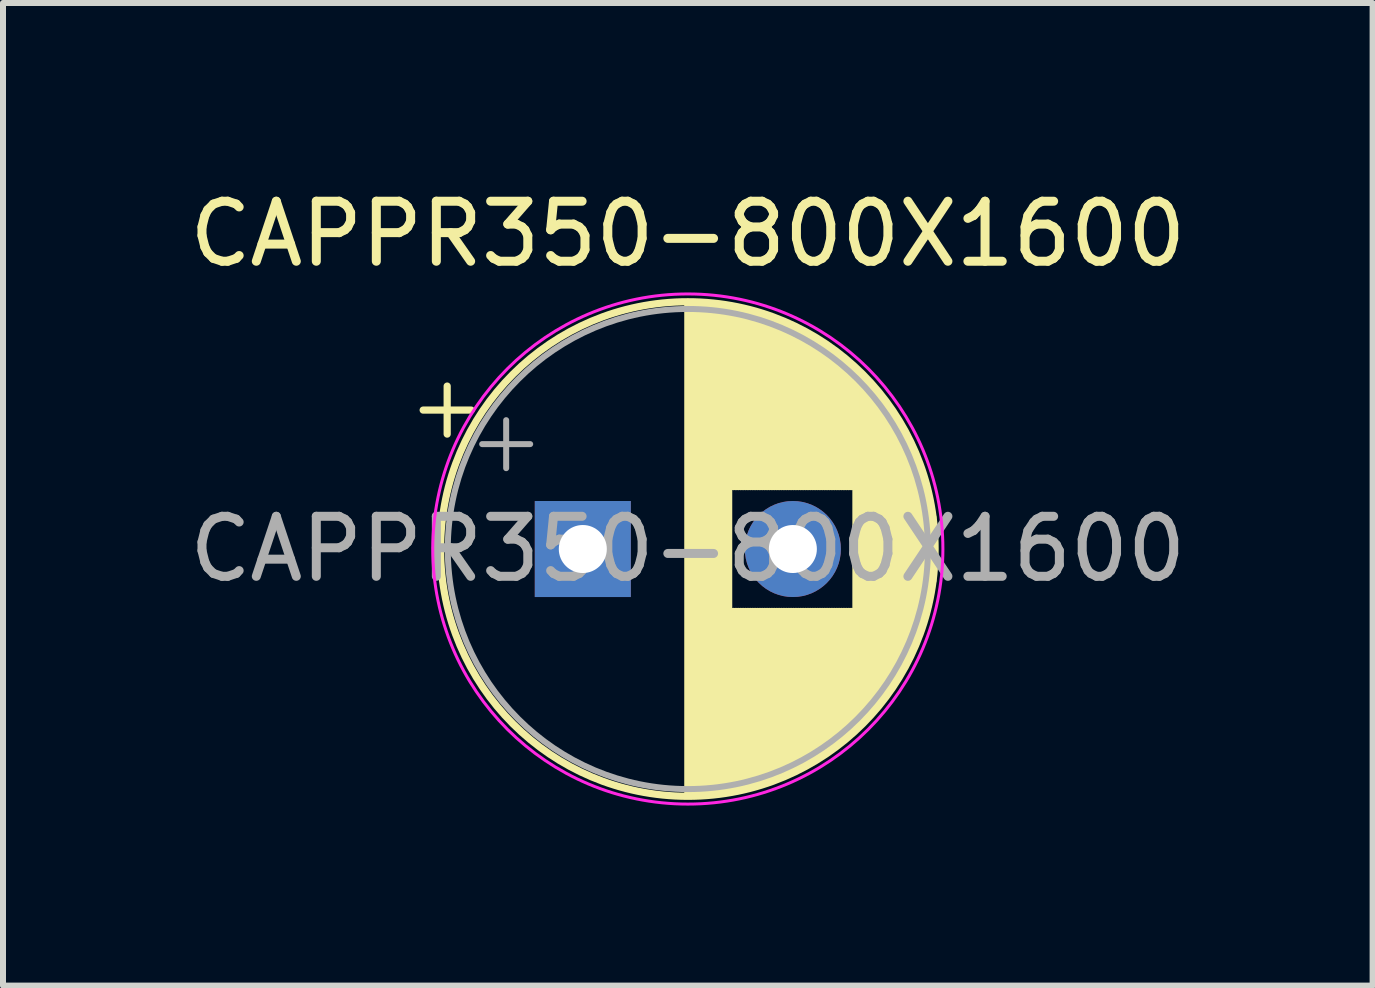
<source format=kicad_pcb>
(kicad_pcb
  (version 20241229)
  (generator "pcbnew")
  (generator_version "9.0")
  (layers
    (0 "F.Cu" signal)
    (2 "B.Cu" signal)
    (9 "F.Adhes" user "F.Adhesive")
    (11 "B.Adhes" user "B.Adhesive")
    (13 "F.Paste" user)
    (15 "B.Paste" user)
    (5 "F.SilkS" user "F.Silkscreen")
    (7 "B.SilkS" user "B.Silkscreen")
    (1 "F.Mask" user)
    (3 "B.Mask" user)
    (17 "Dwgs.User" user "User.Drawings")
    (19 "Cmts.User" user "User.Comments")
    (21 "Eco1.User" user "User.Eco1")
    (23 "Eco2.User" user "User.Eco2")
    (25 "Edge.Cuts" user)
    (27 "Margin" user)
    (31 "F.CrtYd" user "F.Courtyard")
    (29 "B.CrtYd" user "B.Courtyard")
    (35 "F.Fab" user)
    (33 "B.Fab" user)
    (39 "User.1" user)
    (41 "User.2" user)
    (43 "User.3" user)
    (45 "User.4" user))
  (footprint "CAPPR350-800X1600"
    (layer "F.Cu")
    (at 6.661 6.098)
    (property "Reference" "CAPPR350-800X1600" (at 1.75 -5.25 0) (layer "F.SilkS") (effects (font (size 1 1) (thickness 0.15))))
    (attr through_hole)
    (fp_line (start -2.66 -2.315) (end -1.86 -2.315) (stroke (width 0.12) (type solid)) (layer "F.SilkS"))
    (fp_line (start -2.26 -2.715) (end -2.26 -1.915) (stroke (width 0.12) (type solid)) (layer "F.SilkS"))
    (fp_line (start 1.75 -4.08) (end 1.75 4.08) (stroke (width 0.12) (type solid)) (layer "F.SilkS"))
    (fp_line (start 1.79 -4.08) (end 1.79 4.08) (stroke (width 0.12) (type solid)) (layer "F.SilkS"))
    (fp_line (start 1.83 -4.08) (end 1.83 4.08) (stroke (width 0.12) (type solid)) (layer "F.SilkS"))
    (fp_line (start 1.87 -4.079) (end 1.87 4.079) (stroke (width 0.12) (type solid)) (layer "F.SilkS"))
    (fp_line (start 1.91 -4.077) (end 1.91 4.077) (stroke (width 0.12) (type solid)) (layer "F.SilkS"))
    (fp_line (start 1.95 -4.076) (end 1.95 4.076) (stroke (width 0.12) (type solid)) (layer "F.SilkS"))
    (fp_line (start 1.99 -4.074) (end 1.99 4.074) (stroke (width 0.12) (type solid)) (layer "F.SilkS"))
    (fp_line (start 2.03 -4.071) (end 2.03 4.071) (stroke (width 0.12) (type solid)) (layer "F.SilkS"))
    (fp_line (start 2.07 -4.068) (end 2.07 4.068) (stroke (width 0.12) (type solid)) (layer "F.SilkS"))
    (fp_line (start 2.11 -4.065) (end 2.11 4.065) (stroke (width 0.12) (type solid)) (layer "F.SilkS"))
    (fp_line (start 2.15 -4.061) (end 2.15 4.061) (stroke (width 0.12) (type solid)) (layer "F.SilkS"))
    (fp_line (start 2.19 -4.057) (end 2.19 4.057) (stroke (width 0.12) (type solid)) (layer "F.SilkS"))
    (fp_line (start 2.23 -4.052) (end 2.23 4.052) (stroke (width 0.12) (type solid)) (layer "F.SilkS"))
    (fp_line (start 2.27 -4.048) (end 2.27 4.048) (stroke (width 0.12) (type solid)) (layer "F.SilkS"))
    (fp_line (start 2.31 -4.042) (end 2.31 4.042) (stroke (width 0.12) (type solid)) (layer "F.SilkS"))
    (fp_line (start 2.35 -4.037) (end 2.35 4.037) (stroke (width 0.12) (type solid)) (layer "F.SilkS"))
    (fp_line (start 2.39 -4.03) (end 2.39 4.03) (stroke (width 0.12) (type solid)) (layer "F.SilkS"))
    (fp_line (start 2.43 -4.024) (end 2.43 4.024) (stroke (width 0.12) (type solid)) (layer "F.SilkS"))
    (fp_line (start 2.471 -4.017) (end 2.471 -1.04) (stroke (width 0.12) (type solid)) (layer "F.SilkS"))
    (fp_line (start 2.471 1.04) (end 2.471 4.017) (stroke (width 0.12) (type solid)) (layer "F.SilkS"))
    (fp_line (start 2.511 -4.01) (end 2.511 -1.04) (stroke (width 0.12) (type solid)) (layer "F.SilkS"))
    (fp_line (start 2.511 1.04) (end 2.511 4.01) (stroke (width 0.12) (type solid)) (layer "F.SilkS"))
    (fp_line (start 2.551 -4.002) (end 2.551 -1.04) (stroke (width 0.12) (type solid)) (layer "F.SilkS"))
    (fp_line (start 2.551 1.04) (end 2.551 4.002) (stroke (width 0.12) (type solid)) (layer "F.SilkS"))
    (fp_line (start 2.591 -3.994) (end 2.591 -1.04) (stroke (width 0.12) (type solid)) (layer "F.SilkS"))
    (fp_line (start 2.591 1.04) (end 2.591 3.994) (stroke (width 0.12) (type solid)) (layer "F.SilkS"))
    (fp_line (start 2.631 -3.985) (end 2.631 -1.04) (stroke (width 0.12) (type solid)) (layer "F.SilkS"))
    (fp_line (start 2.631 1.04) (end 2.631 3.985) (stroke (width 0.12) (type solid)) (layer "F.SilkS"))
    (fp_line (start 2.671 -3.976) (end 2.671 -1.04) (stroke (width 0.12) (type solid)) (layer "F.SilkS"))
    (fp_line (start 2.671 1.04) (end 2.671 3.976) (stroke (width 0.12) (type solid)) (layer "F.SilkS"))
    (fp_line (start 2.711 -3.967) (end 2.711 -1.04) (stroke (width 0.12) (type solid)) (layer "F.SilkS"))
    (fp_line (start 2.711 1.04) (end 2.711 3.967) (stroke (width 0.12) (type solid)) (layer "F.SilkS"))
    (fp_line (start 2.751 -3.957) (end 2.751 -1.04) (stroke (width 0.12) (type solid)) (layer "F.SilkS"))
    (fp_line (start 2.751 1.04) (end 2.751 3.957) (stroke (width 0.12) (type solid)) (layer "F.SilkS"))
    (fp_line (start 2.791 -3.947) (end 2.791 -1.04) (stroke (width 0.12) (type solid)) (layer "F.SilkS"))
    (fp_line (start 2.791 1.04) (end 2.791 3.947) (stroke (width 0.12) (type solid)) (layer "F.SilkS"))
    (fp_line (start 2.831 -3.936) (end 2.831 -1.04) (stroke (width 0.12) (type solid)) (layer "F.SilkS"))
    (fp_line (start 2.831 1.04) (end 2.831 3.936) (stroke (width 0.12) (type solid)) (layer "F.SilkS"))
    (fp_line (start 2.871 -3.925) (end 2.871 -1.04) (stroke (width 0.12) (type solid)) (layer "F.SilkS"))
    (fp_line (start 2.871 1.04) (end 2.871 3.925) (stroke (width 0.12) (type solid)) (layer "F.SilkS"))
    (fp_line (start 2.911 -3.914) (end 2.911 -1.04) (stroke (width 0.12) (type solid)) (layer "F.SilkS"))
    (fp_line (start 2.911 1.04) (end 2.911 3.914) (stroke (width 0.12) (type solid)) (layer "F.SilkS"))
    (fp_line (start 2.951 -3.902) (end 2.951 -1.04) (stroke (width 0.12) (type solid)) (layer "F.SilkS"))
    (fp_line (start 2.951 1.04) (end 2.951 3.902) (stroke (width 0.12) (type solid)) (layer "F.SilkS"))
    (fp_line (start 2.991 -3.889) (end 2.991 -1.04) (stroke (width 0.12) (type solid)) (layer "F.SilkS"))
    (fp_line (start 2.991 1.04) (end 2.991 3.889) (stroke (width 0.12) (type solid)) (layer "F.SilkS"))
    (fp_line (start 3.031 -3.877) (end 3.031 -1.04) (stroke (width 0.12) (type solid)) (layer "F.SilkS"))
    (fp_line (start 3.031 1.04) (end 3.031 3.877) (stroke (width 0.12) (type solid)) (layer "F.SilkS"))
    (fp_line (start 3.071 -3.863) (end 3.071 -1.04) (stroke (width 0.12) (type solid)) (layer "F.SilkS"))
    (fp_line (start 3.071 1.04) (end 3.071 3.863) (stroke (width 0.12) (type solid)) (layer "F.SilkS"))
    (fp_line (start 3.111 -3.85) (end 3.111 -1.04) (stroke (width 0.12) (type solid)) (layer "F.SilkS"))
    (fp_line (start 3.111 1.04) (end 3.111 3.85) (stroke (width 0.12) (type solid)) (layer "F.SilkS"))
    (fp_line (start 3.151 -3.835) (end 3.151 -1.04) (stroke (width 0.12) (type solid)) (layer "F.SilkS"))
    (fp_line (start 3.151 1.04) (end 3.151 3.835) (stroke (width 0.12) (type solid)) (layer "F.SilkS"))
    (fp_line (start 3.191 -3.821) (end 3.191 -1.04) (stroke (width 0.12) (type solid)) (layer "F.SilkS"))
    (fp_line (start 3.191 1.04) (end 3.191 3.821) (stroke (width 0.12) (type solid)) (layer "F.SilkS"))
    (fp_line (start 3.231 -3.805) (end 3.231 -1.04) (stroke (width 0.12) (type solid)) (layer "F.SilkS"))
    (fp_line (start 3.231 1.04) (end 3.231 3.805) (stroke (width 0.12) (type solid)) (layer "F.SilkS"))
    (fp_line (start 3.271 -3.79) (end 3.271 -1.04) (stroke (width 0.12) (type solid)) (layer "F.SilkS"))
    (fp_line (start 3.271 1.04) (end 3.271 3.79) (stroke (width 0.12) (type solid)) (layer "F.SilkS"))
    (fp_line (start 3.311 -3.774) (end 3.311 -1.04) (stroke (width 0.12) (type solid)) (layer "F.SilkS"))
    (fp_line (start 3.311 1.04) (end 3.311 3.774) (stroke (width 0.12) (type solid)) (layer "F.SilkS"))
    (fp_line (start 3.351 -3.757) (end 3.351 -1.04) (stroke (width 0.12) (type solid)) (layer "F.SilkS"))
    (fp_line (start 3.351 1.04) (end 3.351 3.757) (stroke (width 0.12) (type solid)) (layer "F.SilkS"))
    (fp_line (start 3.391 -3.74) (end 3.391 -1.04) (stroke (width 0.12) (type solid)) (layer "F.SilkS"))
    (fp_line (start 3.391 1.04) (end 3.391 3.74) (stroke (width 0.12) (type solid)) (layer "F.SilkS"))
    (fp_line (start 3.431 -3.722) (end 3.431 -1.04) (stroke (width 0.12) (type solid)) (layer "F.SilkS"))
    (fp_line (start 3.431 1.04) (end 3.431 3.722) (stroke (width 0.12) (type solid)) (layer "F.SilkS"))
    (fp_line (start 3.471 -3.704) (end 3.471 -1.04) (stroke (width 0.12) (type solid)) (layer "F.SilkS"))
    (fp_line (start 3.471 1.04) (end 3.471 3.704) (stroke (width 0.12) (type solid)) (layer "F.SilkS"))
    (fp_line (start 3.511 -3.686) (end 3.511 -1.04) (stroke (width 0.12) (type solid)) (layer "F.SilkS"))
    (fp_line (start 3.511 1.04) (end 3.511 3.686) (stroke (width 0.12) (type solid)) (layer "F.SilkS"))
    (fp_line (start 3.551 -3.666) (end 3.551 -1.04) (stroke (width 0.12) (type solid)) (layer "F.SilkS"))
    (fp_line (start 3.551 1.04) (end 3.551 3.666) (stroke (width 0.12) (type solid)) (layer "F.SilkS"))
    (fp_line (start 3.591 -3.647) (end 3.591 -1.04) (stroke (width 0.12) (type solid)) (layer "F.SilkS"))
    (fp_line (start 3.591 1.04) (end 3.591 3.647) (stroke (width 0.12) (type solid)) (layer "F.SilkS"))
    (fp_line (start 3.631 -3.627) (end 3.631 -1.04) (stroke (width 0.12) (type solid)) (layer "F.SilkS"))
    (fp_line (start 3.631 1.04) (end 3.631 3.627) (stroke (width 0.12) (type solid)) (layer "F.SilkS"))
    (fp_line (start 3.671 -3.606) (end 3.671 -1.04) (stroke (width 0.12) (type solid)) (layer "F.SilkS"))
    (fp_line (start 3.671 1.04) (end 3.671 3.606) (stroke (width 0.12) (type solid)) (layer "F.SilkS"))
    (fp_line (start 3.711 -3.584) (end 3.711 -1.04) (stroke (width 0.12) (type solid)) (layer "F.SilkS"))
    (fp_line (start 3.711 1.04) (end 3.711 3.584) (stroke (width 0.12) (type solid)) (layer "F.SilkS"))
    (fp_line (start 3.751 -3.562) (end 3.751 -1.04) (stroke (width 0.12) (type solid)) (layer "F.SilkS"))
    (fp_line (start 3.751 1.04) (end 3.751 3.562) (stroke (width 0.12) (type solid)) (layer "F.SilkS"))
    (fp_line (start 3.791 -3.54) (end 3.791 -1.04) (stroke (width 0.12) (type solid)) (layer "F.SilkS"))
    (fp_line (start 3.791 1.04) (end 3.791 3.54) (stroke (width 0.12) (type solid)) (layer "F.SilkS"))
    (fp_line (start 3.831 -3.517) (end 3.831 -1.04) (stroke (width 0.12) (type solid)) (layer "F.SilkS"))
    (fp_line (start 3.831 1.04) (end 3.831 3.517) (stroke (width 0.12) (type solid)) (layer "F.SilkS"))
    (fp_line (start 3.871 -3.493) (end 3.871 -1.04) (stroke (width 0.12) (type solid)) (layer "F.SilkS"))
    (fp_line (start 3.871 1.04) (end 3.871 3.493) (stroke (width 0.12) (type solid)) (layer "F.SilkS"))
    (fp_line (start 3.911 -3.469) (end 3.911 -1.04) (stroke (width 0.12) (type solid)) (layer "F.SilkS"))
    (fp_line (start 3.911 1.04) (end 3.911 3.469) (stroke (width 0.12) (type solid)) (layer "F.SilkS"))
    (fp_line (start 3.951 -3.444) (end 3.951 -1.04) (stroke (width 0.12) (type solid)) (layer "F.SilkS"))
    (fp_line (start 3.951 1.04) (end 3.951 3.444) (stroke (width 0.12) (type solid)) (layer "F.SilkS"))
    (fp_line (start 3.991 -3.418) (end 3.991 -1.04) (stroke (width 0.12) (type solid)) (layer "F.SilkS"))
    (fp_line (start 3.991 1.04) (end 3.991 3.418) (stroke (width 0.12) (type solid)) (layer "F.SilkS"))
    (fp_line (start 4.031 -3.392) (end 4.031 -1.04) (stroke (width 0.12) (type solid)) (layer "F.SilkS"))
    (fp_line (start 4.031 1.04) (end 4.031 3.392) (stroke (width 0.12) (type solid)) (layer "F.SilkS"))
    (fp_line (start 4.071 -3.365) (end 4.071 -1.04) (stroke (width 0.12) (type solid)) (layer "F.SilkS"))
    (fp_line (start 4.071 1.04) (end 4.071 3.365) (stroke (width 0.12) (type solid)) (layer "F.SilkS"))
    (fp_line (start 4.111 -3.338) (end 4.111 -1.04) (stroke (width 0.12) (type solid)) (layer "F.SilkS"))
    (fp_line (start 4.111 1.04) (end 4.111 3.338) (stroke (width 0.12) (type solid)) (layer "F.SilkS"))
    (fp_line (start 4.151 -3.309) (end 4.151 -1.04) (stroke (width 0.12) (type solid)) (layer "F.SilkS"))
    (fp_line (start 4.151 1.04) (end 4.151 3.309) (stroke (width 0.12) (type solid)) (layer "F.SilkS"))
    (fp_line (start 4.191 -3.28) (end 4.191 -1.04) (stroke (width 0.12) (type solid)) (layer "F.SilkS"))
    (fp_line (start 4.191 1.04) (end 4.191 3.28) (stroke (width 0.12) (type solid)) (layer "F.SilkS"))
    (fp_line (start 4.231 -3.25) (end 4.231 -1.04) (stroke (width 0.12) (type solid)) (layer "F.SilkS"))
    (fp_line (start 4.231 1.04) (end 4.231 3.25) (stroke (width 0.12) (type solid)) (layer "F.SilkS"))
    (fp_line (start 4.271 -3.22) (end 4.271 -1.04) (stroke (width 0.12) (type solid)) (layer "F.SilkS"))
    (fp_line (start 4.271 1.04) (end 4.271 3.22) (stroke (width 0.12) (type solid)) (layer "F.SilkS"))
    (fp_line (start 4.311 -3.189) (end 4.311 -1.04) (stroke (width 0.12) (type solid)) (layer "F.SilkS"))
    (fp_line (start 4.311 1.04) (end 4.311 3.189) (stroke (width 0.12) (type solid)) (layer "F.SilkS"))
    (fp_line (start 4.351 -3.156) (end 4.351 -1.04) (stroke (width 0.12) (type solid)) (layer "F.SilkS"))
    (fp_line (start 4.351 1.04) (end 4.351 3.156) (stroke (width 0.12) (type solid)) (layer "F.SilkS"))
    (fp_line (start 4.391 -3.124) (end 4.391 -1.04) (stroke (width 0.12) (type solid)) (layer "F.SilkS"))
    (fp_line (start 4.391 1.04) (end 4.391 3.124) (stroke (width 0.12) (type solid)) (layer "F.SilkS"))
    (fp_line (start 4.431 -3.09) (end 4.431 -1.04) (stroke (width 0.12) (type solid)) (layer "F.SilkS"))
    (fp_line (start 4.431 1.04) (end 4.431 3.09) (stroke (width 0.12) (type solid)) (layer "F.SilkS"))
    (fp_line (start 4.471 -3.055) (end 4.471 -1.04) (stroke (width 0.12) (type solid)) (layer "F.SilkS"))
    (fp_line (start 4.471 1.04) (end 4.471 3.055) (stroke (width 0.12) (type solid)) (layer "F.SilkS"))
    (fp_line (start 4.511 -3.019) (end 4.511 -1.04) (stroke (width 0.12) (type solid)) (layer "F.SilkS"))
    (fp_line (start 4.511 1.04) (end 4.511 3.019) (stroke (width 0.12) (type solid)) (layer "F.SilkS"))
    (fp_line (start 4.551 -2.983) (end 4.551 2.983) (stroke (width 0.12) (type solid)) (layer "F.SilkS"))
    (fp_line (start 4.591 -2.945) (end 4.591 2.945) (stroke (width 0.12) (type solid)) (layer "F.SilkS"))
    (fp_line (start 4.631 -2.907) (end 4.631 2.907) (stroke (width 0.12) (type solid)) (layer "F.SilkS"))
    (fp_line (start 4.671 -2.867) (end 4.671 2.867) (stroke (width 0.12) (type solid)) (layer "F.SilkS"))
    (fp_line (start 4.711 -2.826) (end 4.711 2.826) (stroke (width 0.12) (type solid)) (layer "F.SilkS"))
    (fp_line (start 4.751 -2.784) (end 4.751 2.784) (stroke (width 0.12) (type solid)) (layer "F.SilkS"))
    (fp_line (start 4.791 -2.741) (end 4.791 2.741) (stroke (width 0.12) (type solid)) (layer "F.SilkS"))
    (fp_line (start 4.831 -2.697) (end 4.831 2.697) (stroke (width 0.12) (type solid)) (layer "F.SilkS"))
    (fp_line (start 4.871 -2.651) (end 4.871 2.651) (stroke (width 0.12) (type solid)) (layer "F.SilkS"))
    (fp_line (start 4.911 -2.604) (end 4.911 2.604) (stroke (width 0.12) (type solid)) (layer "F.SilkS"))
    (fp_line (start 4.951 -2.556) (end 4.951 2.556) (stroke (width 0.12) (type solid)) (layer "F.SilkS"))
    (fp_line (start 4.991 -2.505) (end 4.991 2.505) (stroke (width 0.12) (type solid)) (layer "F.SilkS"))
    (fp_line (start 5.031 -2.454) (end 5.031 2.454) (stroke (width 0.12) (type solid)) (layer "F.SilkS"))
    (fp_line (start 5.071 -2.4) (end 5.071 2.4) (stroke (width 0.12) (type solid)) (layer "F.SilkS"))
    (fp_line (start 5.111 -2.345) (end 5.111 2.345) (stroke (width 0.12) (type solid)) (layer "F.SilkS"))
    (fp_line (start 5.151 -2.287) (end 5.151 2.287) (stroke (width 0.12) (type solid)) (layer "F.SilkS"))
    (fp_line (start 5.191 -2.228) (end 5.191 2.228) (stroke (width 0.12) (type solid)) (layer "F.SilkS"))
    (fp_line (start 5.231 -2.166) (end 5.231 2.166) (stroke (width 0.12) (type solid)) (layer "F.SilkS"))
    (fp_line (start 5.271 -2.102) (end 5.271 2.102) (stroke (width 0.12) (type solid)) (layer "F.SilkS"))
    (fp_line (start 5.311 -2.034) (end 5.311 2.034) (stroke (width 0.12) (type solid)) (layer "F.SilkS"))
    (fp_line (start 5.351 -1.964) (end 5.351 1.964) (stroke (width 0.12) (type solid)) (layer "F.SilkS"))
    (fp_line (start 5.391 -1.89) (end 5.391 1.89) (stroke (width 0.12) (type solid)) (layer "F.SilkS"))
    (fp_line (start 5.431 -1.813) (end 5.431 1.813) (stroke (width 0.12) (type solid)) (layer "F.SilkS"))
    (fp_line (start 5.471 -1.731) (end 5.471 1.731) (stroke (width 0.12) (type solid)) (layer "F.SilkS"))
    (fp_line (start 5.511 -1.645) (end 5.511 1.645) (stroke (width 0.12) (type solid)) (layer "F.SilkS"))
    (fp_line (start 5.551 -1.552) (end 5.551 1.552) (stroke (width 0.12) (type solid)) (layer "F.SilkS"))
    (fp_line (start 5.591 -1.453) (end 5.591 1.453) (stroke (width 0.12) (type solid)) (layer "F.SilkS"))
    (fp_line (start 5.631 -1.346) (end 5.631 1.346) (stroke (width 0.12) (type solid)) (layer "F.SilkS"))
    (fp_line (start 5.671 -1.229) (end 5.671 1.229) (stroke (width 0.12) (type solid)) (layer "F.SilkS"))
    (fp_line (start 5.711 -1.098) (end 5.711 1.098) (stroke (width 0.12) (type solid)) (layer "F.SilkS"))
    (fp_line (start 5.751 -0.948) (end 5.751 0.948) (stroke (width 0.12) (type solid)) (layer "F.SilkS"))
    (fp_line (start 5.791 -0.768) (end 5.791 0.768) (stroke (width 0.12) (type solid)) (layer "F.SilkS"))
    (fp_line (start 5.831 -0.533) (end 5.831 0.533) (stroke (width 0.12) (type solid)) (layer "F.SilkS"))
    (fp_circle (center 1.75 0) (end 5.87 0) (stroke (width 0.12) (type solid)) (fill no) (layer "F.SilkS"))
    (fp_circle (center 1.75 0) (end 6 0) (stroke (width 0.05) (type solid)) (fill no) (layer "F.CrtYd"))
    (fp_line (start -1.677 -1.748) (end -0.877 -1.748) (stroke (width 0.1) (type solid)) (layer "F.Fab"))
    (fp_line (start -1.277 -2.147) (end -1.277 -1.347) (stroke (width 0.1) (type solid)) (layer "F.Fab"))
    (fp_circle (center 1.75 0) (end 5.75 0) (stroke (width 0.1) (type solid)) (fill no) (layer "F.Fab"))
    (fp_text user "${REFERENCE}" (at 1.75 0 0) (layer "F.Fab") (effects (font (size 1 1) (thickness 0.15))))
    (pad "1" thru_hole rect (at 0 0) (size 1.6 1.6) (drill 0.8) (layers "*.Cu" "*.Mask"))
    (pad "2" thru_hole circle (at 3.5 0) (size 1.6 1.6) (drill 0.8) (layers "*.Cu" "*.Mask")))
  (gr_rect
    (start -3 -3)
    (end 19.821 13.373)
    (stroke (width 0.1) (type default))
    (fill no)
    (layer "Edge.Cuts")))
</source>
